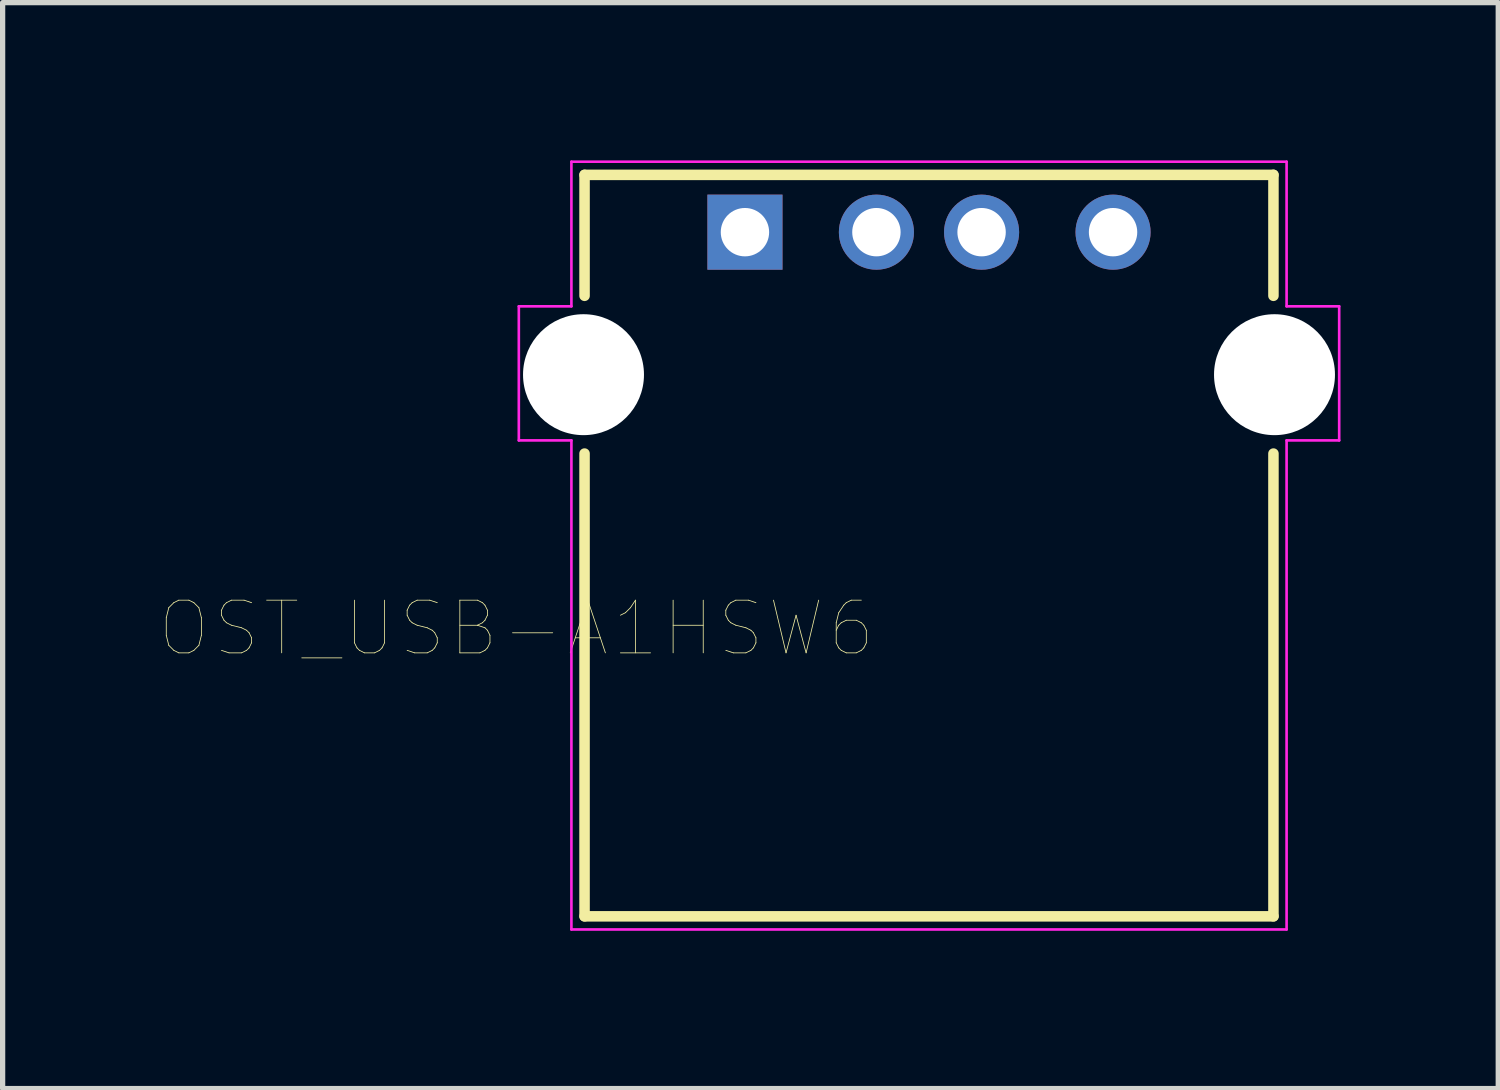
<source format=kicad_pcb>
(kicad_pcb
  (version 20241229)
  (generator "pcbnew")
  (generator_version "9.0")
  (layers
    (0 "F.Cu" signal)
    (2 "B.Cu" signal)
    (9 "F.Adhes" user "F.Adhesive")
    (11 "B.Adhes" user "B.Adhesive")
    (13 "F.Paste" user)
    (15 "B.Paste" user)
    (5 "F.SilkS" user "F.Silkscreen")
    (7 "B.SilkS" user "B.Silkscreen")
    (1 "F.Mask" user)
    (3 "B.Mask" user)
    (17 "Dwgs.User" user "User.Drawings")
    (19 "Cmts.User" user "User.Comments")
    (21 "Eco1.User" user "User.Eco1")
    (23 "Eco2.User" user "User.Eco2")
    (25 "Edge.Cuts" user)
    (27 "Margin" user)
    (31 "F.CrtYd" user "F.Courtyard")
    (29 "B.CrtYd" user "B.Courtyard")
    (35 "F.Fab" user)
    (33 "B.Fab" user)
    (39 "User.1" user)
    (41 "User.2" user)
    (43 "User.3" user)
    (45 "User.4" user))
  (footprint "OST_USB-A1HSW6"
    (layer "F.Cu")
    (at 14.616 7.875)
    (property "Reference" "OST_USB-A1HSW6" (at -7.848 1.027 180) (layer "F.SilkS") (effects (font (size 1.002 1.002) (thickness 0.015))))
    (attr through_hole)
    (fp_line (start -6.55 -7.6) (end 6.55 -7.6) (stroke (width 0.2) (type solid)) (layer "F.SilkS"))
    (fp_line (start -6.55 -5.3) (end -6.55 -7.6) (stroke (width 0.2) (type solid)) (layer "F.SilkS"))
    (fp_line (start -6.55 -2.3) (end -6.55 6.5) (stroke (width 0.2) (type solid)) (layer "F.SilkS"))
    (fp_line (start -6.55 6.5) (end 6.55 6.5) (stroke (width 0.2) (type solid)) (layer "F.SilkS"))
    (fp_line (start 6.55 -7.6) (end 6.55 -5.3) (stroke (width 0.2) (type solid)) (layer "F.SilkS"))
    (fp_line (start 6.55 6.5) (end 6.55 -2.3) (stroke (width 0.2) (type solid)) (layer "F.SilkS"))
    (fp_line (start -7.8 -5.1) (end -6.8 -5.1) (stroke (width 0.05) (type solid)) (layer "F.CrtYd"))
    (fp_line (start -7.8 -2.55) (end -7.8 -5.1) (stroke (width 0.05) (type solid)) (layer "F.CrtYd"))
    (fp_line (start -6.8 -7.85) (end 6.8 -7.85) (stroke (width 0.05) (type solid)) (layer "F.CrtYd"))
    (fp_line (start -6.8 -5.1) (end -6.8 -7.85) (stroke (width 0.05) (type solid)) (layer "F.CrtYd"))
    (fp_line (start -6.8 -2.55) (end -7.8 -2.55) (stroke (width 0.05) (type solid)) (layer "F.CrtYd"))
    (fp_line (start -6.8 6.75) (end -6.8 -2.55) (stroke (width 0.05) (type solid)) (layer "F.CrtYd"))
    (fp_line (start 6.8 -7.85) (end 6.8 -5.1) (stroke (width 0.05) (type solid)) (layer "F.CrtYd"))
    (fp_line (start 6.8 -5.1) (end 7.8 -5.1) (stroke (width 0.05) (type solid)) (layer "F.CrtYd"))
    (fp_line (start 6.8 -2.55) (end 6.8 6.75) (stroke (width 0.05) (type solid)) (layer "F.CrtYd"))
    (fp_line (start 6.8 6.75) (end -6.8 6.75) (stroke (width 0.05) (type solid)) (layer "F.CrtYd"))
    (fp_line (start 7.8 -5.1) (end 7.8 -2.55) (stroke (width 0.05) (type solid)) (layer "F.CrtYd"))
    (fp_line (start 7.8 -2.55) (end 6.8 -2.55) (stroke (width 0.05) (type solid)) (layer "F.CrtYd"))
    (pad "" np_thru_hole circle (at -6.57 -3.8) (size 2.3 2.3) (drill 2.3) (layers "*.Cu" "*.Mask"))
    (pad "" np_thru_hole circle (at 6.57 -3.8) (size 2.3 2.3) (drill 2.3) (layers "*.Cu" "*.Mask"))
    (pad "1" thru_hole rect (at -3.5 -6.51) (size 1.428 1.428) (drill 0.92) (layers "*.Cu" "*.Mask"))
    (pad "2" thru_hole circle (at -1 -6.51) (size 1.428 1.428) (drill 0.92) (layers "*.Cu" "*.Mask"))
    (pad "3" thru_hole circle (at 1 -6.51) (size 1.428 1.428) (drill 0.92) (layers "*.Cu" "*.Mask"))
    (pad "4" thru_hole circle (at 3.5 -6.51) (size 1.428 1.428) (drill 0.92) (layers "*.Cu" "*.Mask")))
  (gr_rect
    (start -3 -3)
    (end 25.441 17.65)
    (stroke (width 0.1) (type default))
    (fill no)
    (layer "Edge.Cuts")))
</source>
